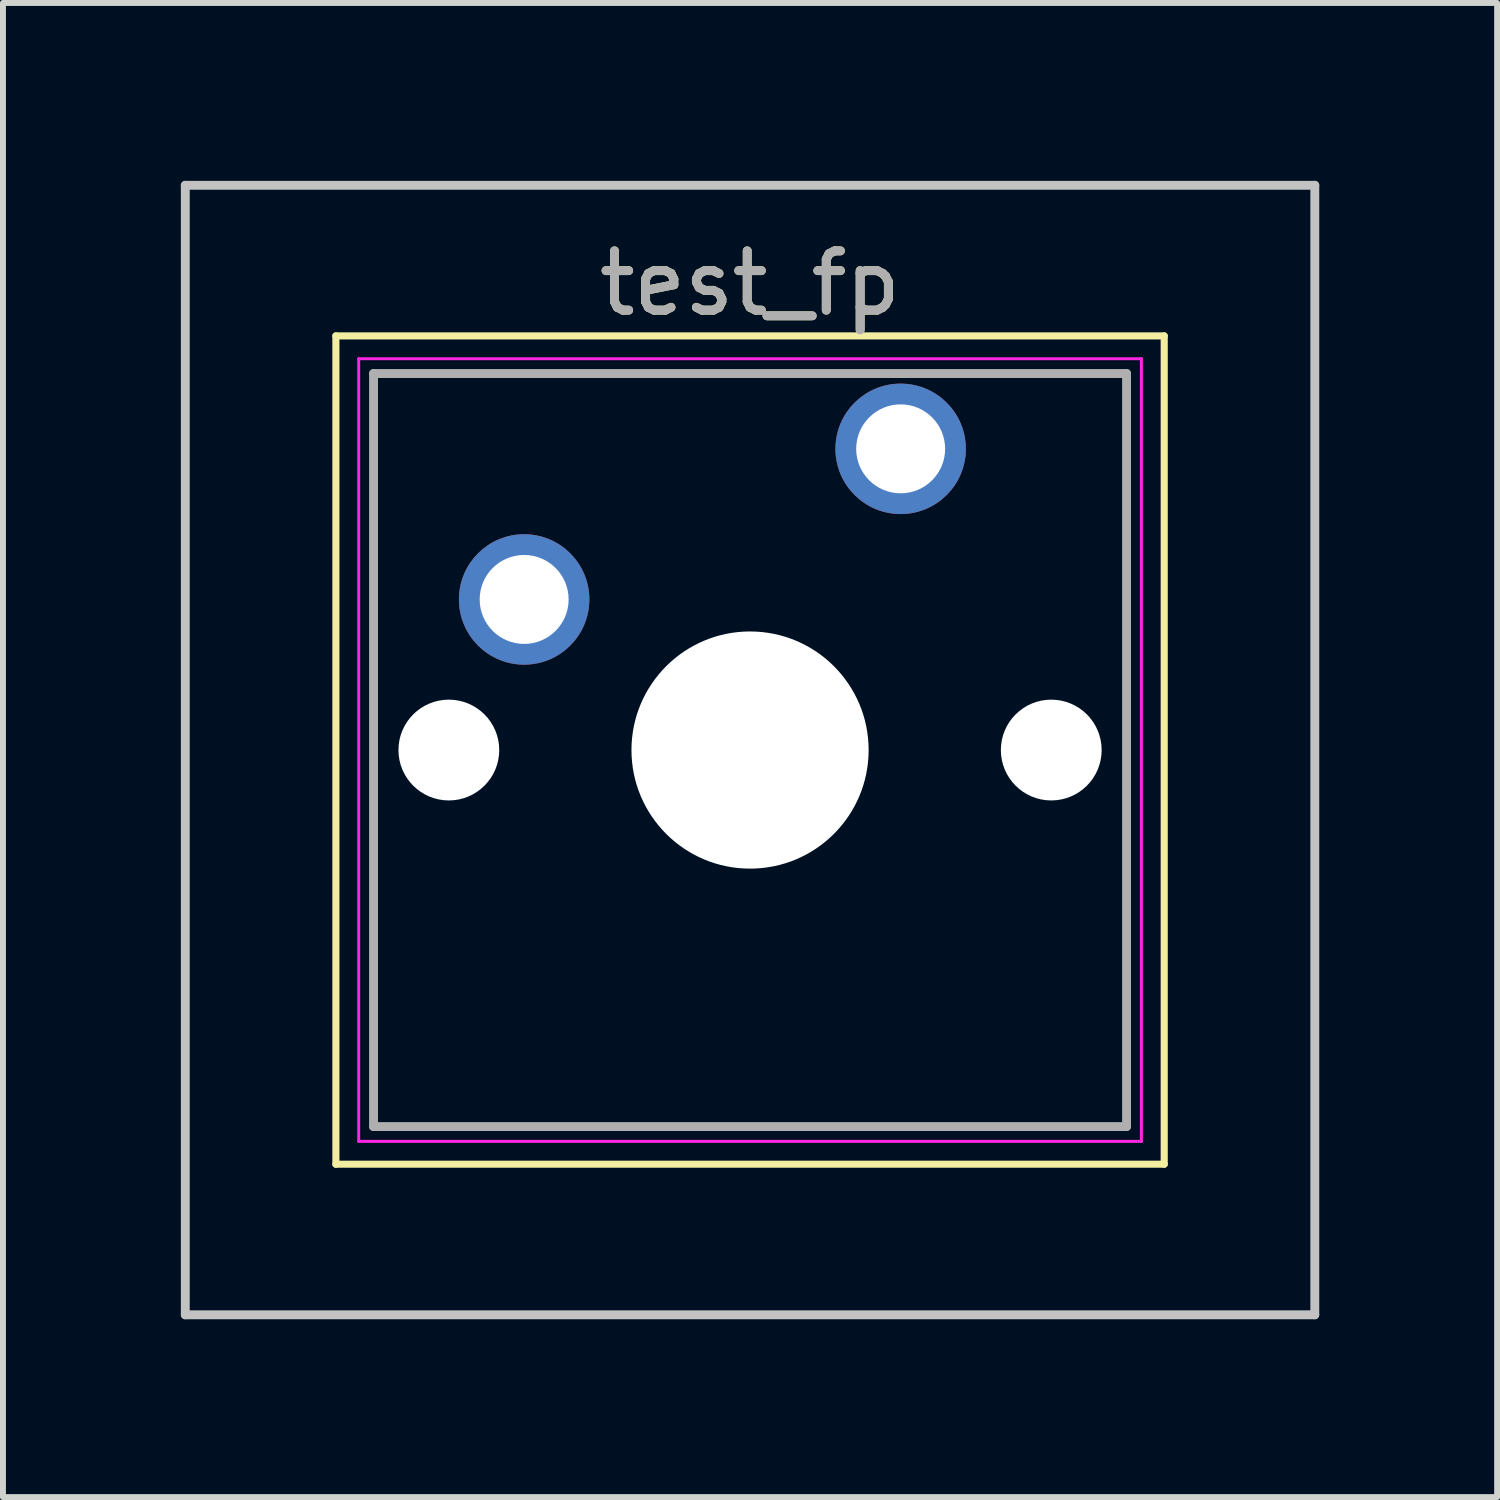
<source format=kicad_pcb>
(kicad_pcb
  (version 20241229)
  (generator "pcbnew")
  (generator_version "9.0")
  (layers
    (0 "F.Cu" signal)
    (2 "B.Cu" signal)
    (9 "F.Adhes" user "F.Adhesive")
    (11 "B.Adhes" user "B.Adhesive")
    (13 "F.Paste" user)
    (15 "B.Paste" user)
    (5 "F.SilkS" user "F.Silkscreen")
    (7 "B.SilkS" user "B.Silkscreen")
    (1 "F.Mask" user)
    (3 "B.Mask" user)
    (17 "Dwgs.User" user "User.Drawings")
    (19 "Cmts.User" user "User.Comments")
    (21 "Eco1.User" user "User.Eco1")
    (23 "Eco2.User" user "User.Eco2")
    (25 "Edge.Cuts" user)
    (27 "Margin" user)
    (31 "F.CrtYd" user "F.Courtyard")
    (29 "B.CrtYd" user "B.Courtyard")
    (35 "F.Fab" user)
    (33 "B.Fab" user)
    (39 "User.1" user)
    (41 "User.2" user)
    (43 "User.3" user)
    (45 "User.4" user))
  (footprint "test_fp"
    (layer "F.Cu")
    (at 12.14 4.52)
    (property "Reference" "test_fp" (at -2.54 -2.794 0) (layer "F.SilkS") (effects (font (size 1 1) (thickness 0.15))))
    (attr through_hole)
    (fp_line (start -9.525 -1.905) (end 4.445 -1.905) (stroke (width 0.12) (type solid)) (layer "F.SilkS"))
    (fp_line (start -9.525 12.065) (end -9.525 -1.905) (stroke (width 0.12) (type solid)) (layer "F.SilkS"))
    (fp_line (start 4.445 -1.905) (end 4.445 12.065) (stroke (width 0.12) (type solid)) (layer "F.SilkS"))
    (fp_line (start 4.445 12.065) (end -9.525 12.065) (stroke (width 0.12) (type solid)) (layer "F.SilkS"))
    (fp_line (start -12.065 -4.445) (end 6.985 -4.445) (stroke (width 0.15) (type solid)) (layer "Dwgs.User"))
    (fp_line (start -12.065 14.605) (end -12.065 -4.445) (stroke (width 0.15) (type solid)) (layer "Dwgs.User"))
    (fp_line (start 6.985 -4.445) (end 6.985 14.605) (stroke (width 0.15) (type solid)) (layer "Dwgs.User"))
    (fp_line (start 6.985 14.605) (end -12.065 14.605) (stroke (width 0.15) (type solid)) (layer "Dwgs.User"))
    (fp_line (start -9.14 -1.52) (end 4.06 -1.52) (stroke (width 0.05) (type solid)) (layer "F.CrtYd"))
    (fp_line (start -9.14 11.68) (end -9.14 -1.52) (stroke (width 0.05) (type solid)) (layer "F.CrtYd"))
    (fp_line (start 4.06 -1.52) (end 4.06 11.68) (stroke (width 0.05) (type solid)) (layer "F.CrtYd"))
    (fp_line (start 4.06 11.68) (end -9.14 11.68) (stroke (width 0.05) (type solid)) (layer "F.CrtYd"))
    (fp_line (start -8.89 -1.27) (end 3.81 -1.27) (stroke (width 0.15) (type solid)) (layer "F.Fab"))
    (fp_line (start -8.89 11.43) (end -8.89 -1.27) (stroke (width 0.15) (type solid)) (layer "F.Fab"))
    (fp_line (start 3.81 -1.27) (end 3.81 11.43) (stroke (width 0.15) (type solid)) (layer "F.Fab"))
    (fp_line (start 3.81 11.43) (end -8.89 11.43) (stroke (width 0.15) (type solid)) (layer "F.Fab"))
    (fp_text user "${REFERENCE}" (at -2.54 -2.794 0) (layer "F.Fab") (effects (font (size 1 1) (thickness 0.15))))
    (pad "" np_thru_hole circle (at -7.62 5.08) (size 1.7 1.7) (drill 1.7) (layers "*.Cu" "*.Mask"))
    (pad "" np_thru_hole circle (at -2.54 5.08) (size 4 4) (drill 4) (layers "*.Cu" "*.Mask"))
    (pad "" np_thru_hole circle (at 2.54 5.08) (size 1.7 1.7) (drill 1.7) (layers "*.Cu" "*.Mask"))
    (pad "1" thru_hole circle (at 0 0) (size 2.2 2.2) (drill 1.5) (layers "*.Cu" "*.Mask"))
    (pad "2" thru_hole circle (at -6.35 2.54) (size 2.2 2.2) (drill 1.5) (layers "*.Cu" "*.Mask")))
  (gr_rect
    (start -3 -3)
    (end 22.2 22.2)
    (stroke (width 0.1) (type default))
    (fill no)
    (layer "Edge.Cuts")))
</source>
